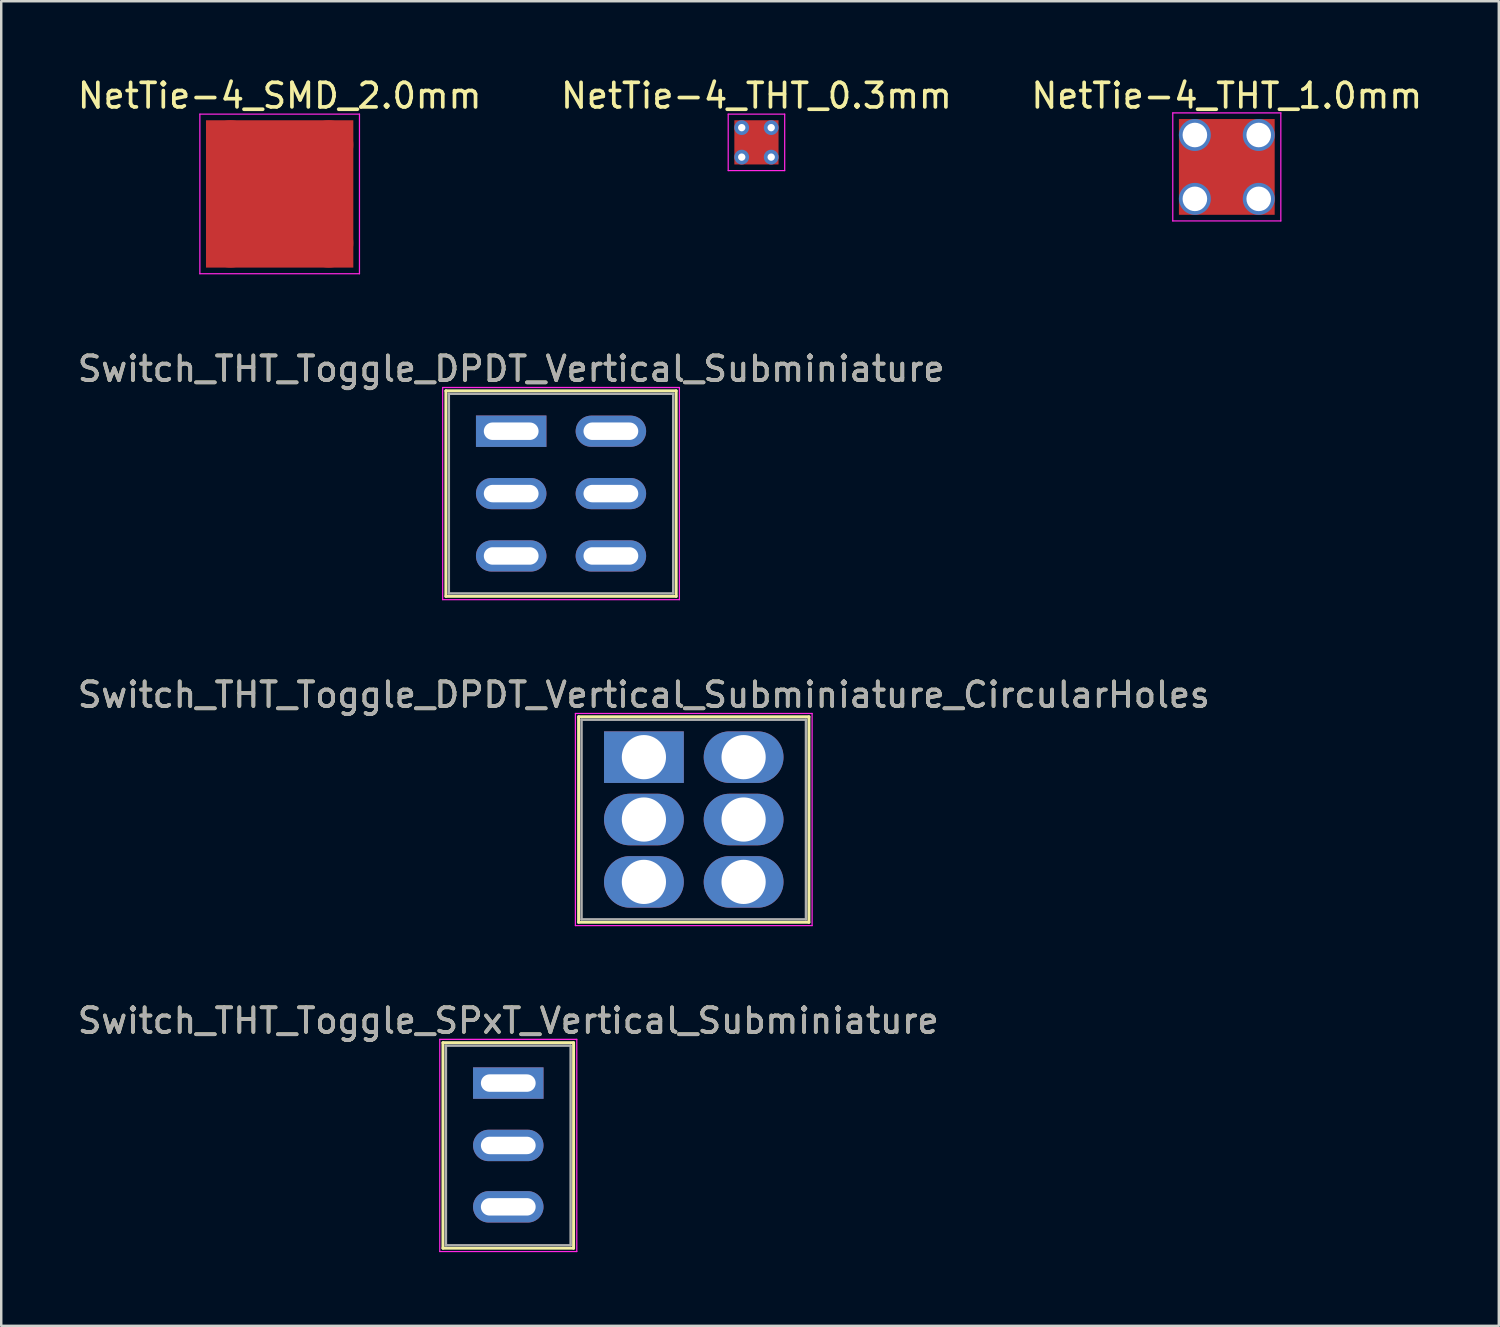
<source format=kicad_pcb>
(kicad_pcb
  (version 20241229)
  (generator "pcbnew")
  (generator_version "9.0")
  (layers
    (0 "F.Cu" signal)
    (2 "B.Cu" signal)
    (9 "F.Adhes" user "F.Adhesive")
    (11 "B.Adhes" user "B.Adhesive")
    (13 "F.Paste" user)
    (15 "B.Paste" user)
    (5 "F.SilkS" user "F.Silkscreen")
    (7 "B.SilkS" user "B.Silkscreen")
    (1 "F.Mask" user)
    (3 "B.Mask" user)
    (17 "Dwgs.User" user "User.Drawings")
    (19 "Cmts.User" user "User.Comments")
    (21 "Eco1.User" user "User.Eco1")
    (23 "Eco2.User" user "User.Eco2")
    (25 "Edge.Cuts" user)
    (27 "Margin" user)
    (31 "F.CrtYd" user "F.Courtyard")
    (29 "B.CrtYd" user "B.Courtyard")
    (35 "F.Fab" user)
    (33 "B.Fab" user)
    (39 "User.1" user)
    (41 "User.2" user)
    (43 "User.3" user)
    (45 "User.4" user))
  (footprint "Switch_THT_Toggle_SPxT_Vertical_Subminiature"
    (layer "F.Cu")
    (at 17.649 41.058)
    (property "Reference" "Switch_THT_Toggle_SPxT_Vertical_Subminiature" (at 0 -2.54 180) (layer "F.SilkS") (effects (font (size 1 1) (thickness 0.15))))
    (attr through_hole)
    (fp_line (start -2.66 -1.645) (end -2.66 6.725) (stroke (width 0.12) (type solid)) (layer "F.SilkS"))
    (fp_line (start -2.66 -1.645) (end 2.66 -1.645) (stroke (width 0.12) (type solid)) (layer "F.SilkS"))
    (fp_line (start -2.66 6.725) (end 2.66 6.725) (stroke (width 0.12) (type solid)) (layer "F.SilkS"))
    (fp_line (start 2.66 -1.645) (end 2.66 6.725) (stroke (width 0.12) (type solid)) (layer "F.SilkS"))
    (fp_line (start -2.79 -1.78) (end -2.79 6.86) (stroke (width 0.05) (type solid)) (layer "F.CrtYd"))
    (fp_line (start -2.79 -1.78) (end 2.79 -1.78) (stroke (width 0.05) (type solid)) (layer "F.CrtYd"))
    (fp_line (start -2.79 6.86) (end 2.79 6.86) (stroke (width 0.05) (type solid)) (layer "F.CrtYd"))
    (fp_line (start 2.79 -1.78) (end 2.79 6.86) (stroke (width 0.05) (type solid)) (layer "F.CrtYd"))
    (fp_line (start -2.54 -1.525) (end -2.54 6.605) (stroke (width 0.1) (type solid)) (layer "F.Fab"))
    (fp_line (start -2.54 -1.525) (end 2.54 -1.525) (stroke (width 0.1) (type solid)) (layer "F.Fab"))
    (fp_line (start -2.54 6.605) (end 2.54 6.605) (stroke (width 0.1) (type solid)) (layer "F.Fab"))
    (fp_line (start 2.54 -1.525) (end 2.54 6.605) (stroke (width 0.1) (type solid)) (layer "F.Fab"))
    (fp_text user "${REFERENCE}" (at 0 -2.54 180) (layer "F.Fab") (effects (font (size 1 1) (thickness 0.15))))
    (pad "1" thru_hole rect (at 0 0) (size 2.87 1.28) (drill oval 2.23 0.71) (layers "*.Cu" "*.Mask"))
    (pad "2" thru_hole oval (at 0 2.54) (size 2.87 1.28) (drill oval 2.23 0.71) (layers "*.Cu" "*.Mask"))
    (pad "3" thru_hole oval (at 0 5.04) (size 2.87 1.28) (drill oval 2.23 0.71) (layers "*.Cu" "*.Mask")))
  (footprint "NetTie-4_SMD_2.0mm"
    (layer "F.Cu")
    (at 8.339 4.848)
    (property "Reference" "NetTie-4_SMD_2.0mm" (at 0 -4 0) (layer "F.SilkS") (effects (font (size 1 1) (thickness 0.15))))
    (attr exclude_from_pos_files exclude_from_bom)
    (fp_poly (pts (xy -3 -3) (xy 3 -3) (xy 3 3) (xy -3 3)) (stroke (width 0) (type solid)) (fill yes) (layer "F.Cu"))
    (fp_line (start -3.25 -3.25) (end 3.25 -3.25) (stroke (width 0.05) (type solid)) (layer "F.CrtYd"))
    (fp_line (start -3.25 3.25) (end -3.25 -3.25) (stroke (width 0.05) (type solid)) (layer "F.CrtYd"))
    (fp_line (start 3.25 -3.25) (end 3.25 3.25) (stroke (width 0.05) (type solid)) (layer "F.CrtYd"))
    (fp_line (start 3.25 3.25) (end -3.25 3.25) (stroke (width 0.05) (type solid)) (layer "F.CrtYd"))
    (pad "1" smd circle (at -2 -2) (size 2 2) (layers "F.Cu"))
    (pad "2" smd circle (at 2 -2) (size 2 2) (layers "F.Cu"))
    (pad "3" smd circle (at -2 2) (size 2 2) (layers "F.Cu"))
    (pad "4" smd circle (at 2 2) (size 2 2) (layers "F.Cu")))
  (footprint "NetTie-4_THT_1.0mm"
    (layer "F.Cu")
    (at 45.611 2.448)
    (property "Reference" "NetTie-4_THT_1.0mm" (at 1.3 -1.6 0) (layer "F.SilkS") (effects (font (size 1 1) (thickness 0.15))))
    (attr exclude_from_pos_files exclude_from_bom)
    (fp_poly (pts (xy -0.65 -0.65) (xy 3.25 -0.65) (xy 3.25 3.25) (xy -0.65 3.25)) (stroke (width 0) (type solid)) (fill yes) (layer "F.Cu"))
    (fp_line (start -0.9 -0.9) (end 3.5 -0.9) (stroke (width 0.05) (type solid)) (layer "F.CrtYd"))
    (fp_line (start -0.9 3.5) (end -0.9 -0.9) (stroke (width 0.05) (type solid)) (layer "F.CrtYd"))
    (fp_line (start 3.5 -0.9) (end 3.5 3.5) (stroke (width 0.05) (type solid)) (layer "F.CrtYd"))
    (fp_line (start 3.5 3.5) (end -0.9 3.5) (stroke (width 0.05) (type solid)) (layer "F.CrtYd"))
    (pad "1" thru_hole circle (at 0 0) (size 1.3 1.3) (drill 1) (layers "*.Cu"))
    (pad "2" thru_hole circle (at 2.6 0) (size 1.3 1.3) (drill 1) (layers "*.Cu"))
    (pad "3" thru_hole circle (at 0 2.6) (size 1.3 1.3) (drill 1) (layers "*.Cu"))
    (pad "4" thru_hole circle (at 2.6 2.6) (size 1.3 1.3) (drill 1) (layers "*.Cu")))
  (footprint "NetTie-4_THT_0.3mm"
    (layer "F.Cu")
    (at 27.156 2.148)
    (property "Reference" "NetTie-4_THT_0.3mm" (at 0.6 -1.3 0) (layer "F.SilkS") (effects (font (size 1 1) (thickness 0.15))))
    (attr exclude_from_pos_files exclude_from_bom)
    (fp_poly (pts (xy -0.3 -0.3) (xy 1.5 -0.3) (xy 1.5 1.5) (xy -0.3 1.5)) (stroke (width 0) (type solid)) (fill yes) (layer "F.Cu"))
    (fp_line (start -0.55 -0.55) (end 1.75 -0.55) (stroke (width 0.05) (type solid)) (layer "F.CrtYd"))
    (fp_line (start -0.55 1.75) (end -0.55 -0.55) (stroke (width 0.05) (type solid)) (layer "F.CrtYd"))
    (fp_line (start 1.75 -0.55) (end 1.75 1.75) (stroke (width 0.05) (type solid)) (layer "F.CrtYd"))
    (fp_line (start 1.75 1.75) (end -0.55 1.75) (stroke (width 0.05) (type solid)) (layer "F.CrtYd"))
    (pad "1" thru_hole circle (at 0 0) (size 0.6 0.6) (drill 0.3) (layers "*.Cu"))
    (pad "2" thru_hole circle (at 1.2 0) (size 0.6 0.6) (drill 0.3) (layers "*.Cu"))
    (pad "3" thru_hole circle (at 0 1.2) (size 0.6 0.6) (drill 0.3) (layers "*.Cu"))
    (pad "4" thru_hole circle (at 1.2 1.2) (size 0.6 0.6) (drill 0.3) (layers "*.Cu")))
  (footprint "Switch_THT_Toggle_DPDT_Vertical_Subminiature_CircularHoles"
    (layer "F.Cu")
    (at 23.173 27.785)
    (property "Reference" "Switch_THT_Toggle_DPDT_Vertical_Subminiature_CircularHoles" (at 0 -2.54 180) (layer "F.SilkS") (effects (font (size 1 1) (thickness 0.15))))
    (attr through_hole)
    (fp_line (start -2.66 -1.645) (end -2.66 6.725) (stroke (width 0.12) (type solid)) (layer "F.SilkS"))
    (fp_line (start -2.66 -1.645) (end 6.72 -1.645) (stroke (width 0.12) (type solid)) (layer "F.SilkS"))
    (fp_line (start -2.66 6.725) (end 6.72 6.725) (stroke (width 0.12) (type solid)) (layer "F.SilkS"))
    (fp_line (start 6.72 -1.645) (end 6.72 6.725) (stroke (width 0.12) (type solid)) (layer "F.SilkS"))
    (fp_line (start -2.79 -1.78) (end -2.79 6.86) (stroke (width 0.05) (type solid)) (layer "F.CrtYd"))
    (fp_line (start -2.79 -1.78) (end 6.85 -1.78) (stroke (width 0.05) (type solid)) (layer "F.CrtYd"))
    (fp_line (start -2.79 6.86) (end 6.85 6.86) (stroke (width 0.05) (type solid)) (layer "F.CrtYd"))
    (fp_line (start 6.85 -1.78) (end 6.85 6.86) (stroke (width 0.05) (type solid)) (layer "F.CrtYd"))
    (fp_line (start -2.54 -1.525) (end -2.54 6.605) (stroke (width 0.1) (type solid)) (layer "F.Fab"))
    (fp_line (start -2.54 -1.525) (end 6.6 -1.525) (stroke (width 0.1) (type solid)) (layer "F.Fab"))
    (fp_line (start -2.54 6.605) (end 6.6 6.605) (stroke (width 0.1) (type solid)) (layer "F.Fab"))
    (fp_line (start 6.6 -1.525) (end 6.6 6.605) (stroke (width 0.1) (type solid)) (layer "F.Fab"))
    (fp_text user "${REFERENCE}" (at 0 -2.54 180) (layer "F.Fab") (effects (font (size 1 1) (thickness 0.15))))
    (pad "1" thru_hole rect (at 0 0) (size 3.25 2.1) (drill 1.8) (layers "*.Cu" "*.Mask"))
    (pad "2" thru_hole oval (at 0 2.54) (size 3.25 2.1) (drill 1.8) (layers "*.Cu" "*.Mask"))
    (pad "3" thru_hole oval (at 0 5.08) (size 3.25 2.1) (drill 1.8) (layers "*.Cu" "*.Mask"))
    (pad "4" thru_hole oval (at 4.06 0) (size 3.25 2.1) (drill 1.8) (layers "*.Cu" "*.Mask"))
    (pad "5" thru_hole oval (at 4.06 2.54) (size 3.25 2.1) (drill 1.8) (layers "*.Cu" "*.Mask"))
    (pad "6" thru_hole oval (at 4.06 5.08) (size 3.25 2.1) (drill 1.8) (layers "*.Cu" "*.Mask")))
  (footprint "Switch_THT_Toggle_DPDT_Vertical_Subminiature"
    (layer "F.Cu")
    (at 17.768 14.511)
    (property "Reference" "Switch_THT_Toggle_DPDT_Vertical_Subminiature" (at 0 -2.54 180) (layer "F.SilkS") (effects (font (size 1 1) (thickness 0.15))))
    (attr through_hole)
    (fp_line (start -2.66 -1.645) (end -2.66 6.725) (stroke (width 0.12) (type solid)) (layer "F.SilkS"))
    (fp_line (start -2.66 -1.645) (end 6.72 -1.645) (stroke (width 0.12) (type solid)) (layer "F.SilkS"))
    (fp_line (start -2.66 6.725) (end 6.72 6.725) (stroke (width 0.12) (type solid)) (layer "F.SilkS"))
    (fp_line (start 6.72 -1.645) (end 6.72 6.725) (stroke (width 0.12) (type solid)) (layer "F.SilkS"))
    (fp_line (start -2.79 -1.78) (end -2.79 6.86) (stroke (width 0.05) (type solid)) (layer "F.CrtYd"))
    (fp_line (start -2.79 -1.78) (end 6.85 -1.78) (stroke (width 0.05) (type solid)) (layer "F.CrtYd"))
    (fp_line (start -2.79 6.86) (end 6.85 6.86) (stroke (width 0.05) (type solid)) (layer "F.CrtYd"))
    (fp_line (start 6.85 -1.78) (end 6.85 6.86) (stroke (width 0.05) (type solid)) (layer "F.CrtYd"))
    (fp_line (start -2.54 -1.525) (end -2.54 6.605) (stroke (width 0.1) (type solid)) (layer "F.Fab"))
    (fp_line (start -2.54 -1.525) (end 6.6 -1.525) (stroke (width 0.1) (type solid)) (layer "F.Fab"))
    (fp_line (start -2.54 6.605) (end 6.6 6.605) (stroke (width 0.1) (type solid)) (layer "F.Fab"))
    (fp_line (start 6.6 -1.525) (end 6.6 6.605) (stroke (width 0.1) (type solid)) (layer "F.Fab"))
    (fp_text user "${REFERENCE}" (at 0 -2.54 180) (layer "F.Fab") (effects (font (size 1 1) (thickness 0.15))))
    (pad "1" thru_hole rect (at 0 0) (size 2.87 1.28) (drill oval 2.23 0.71) (layers "*.Cu" "*.Mask"))
    (pad "2" thru_hole oval (at 0 2.54) (size 2.87 1.27) (drill oval 2.23 0.71) (layers "*.Cu" "*.Mask"))
    (pad "3" thru_hole oval (at 0 5.08) (size 2.87 1.27) (drill oval 2.23 0.71) (layers "*.Cu" "*.Mask"))
    (pad "4" thru_hole oval (at 4.06 0) (size 2.87 1.27) (drill oval 2.23 0.71) (layers "*.Cu" "*.Mask"))
    (pad "5" thru_hole oval (at 4.06 2.54) (size 2.87 1.27) (drill oval 2.23 0.71) (layers "*.Cu" "*.Mask"))
    (pad "6" thru_hole oval (at 4.06 5.08) (size 2.87 1.27) (drill oval 2.23 0.71) (layers "*.Cu" "*.Mask")))
  (gr_rect
    (start -3 -3)
    (end 57.988 50.943)
    (stroke (width 0.1) (type default))
    (fill no)
    (layer "Edge.Cuts")))
</source>
